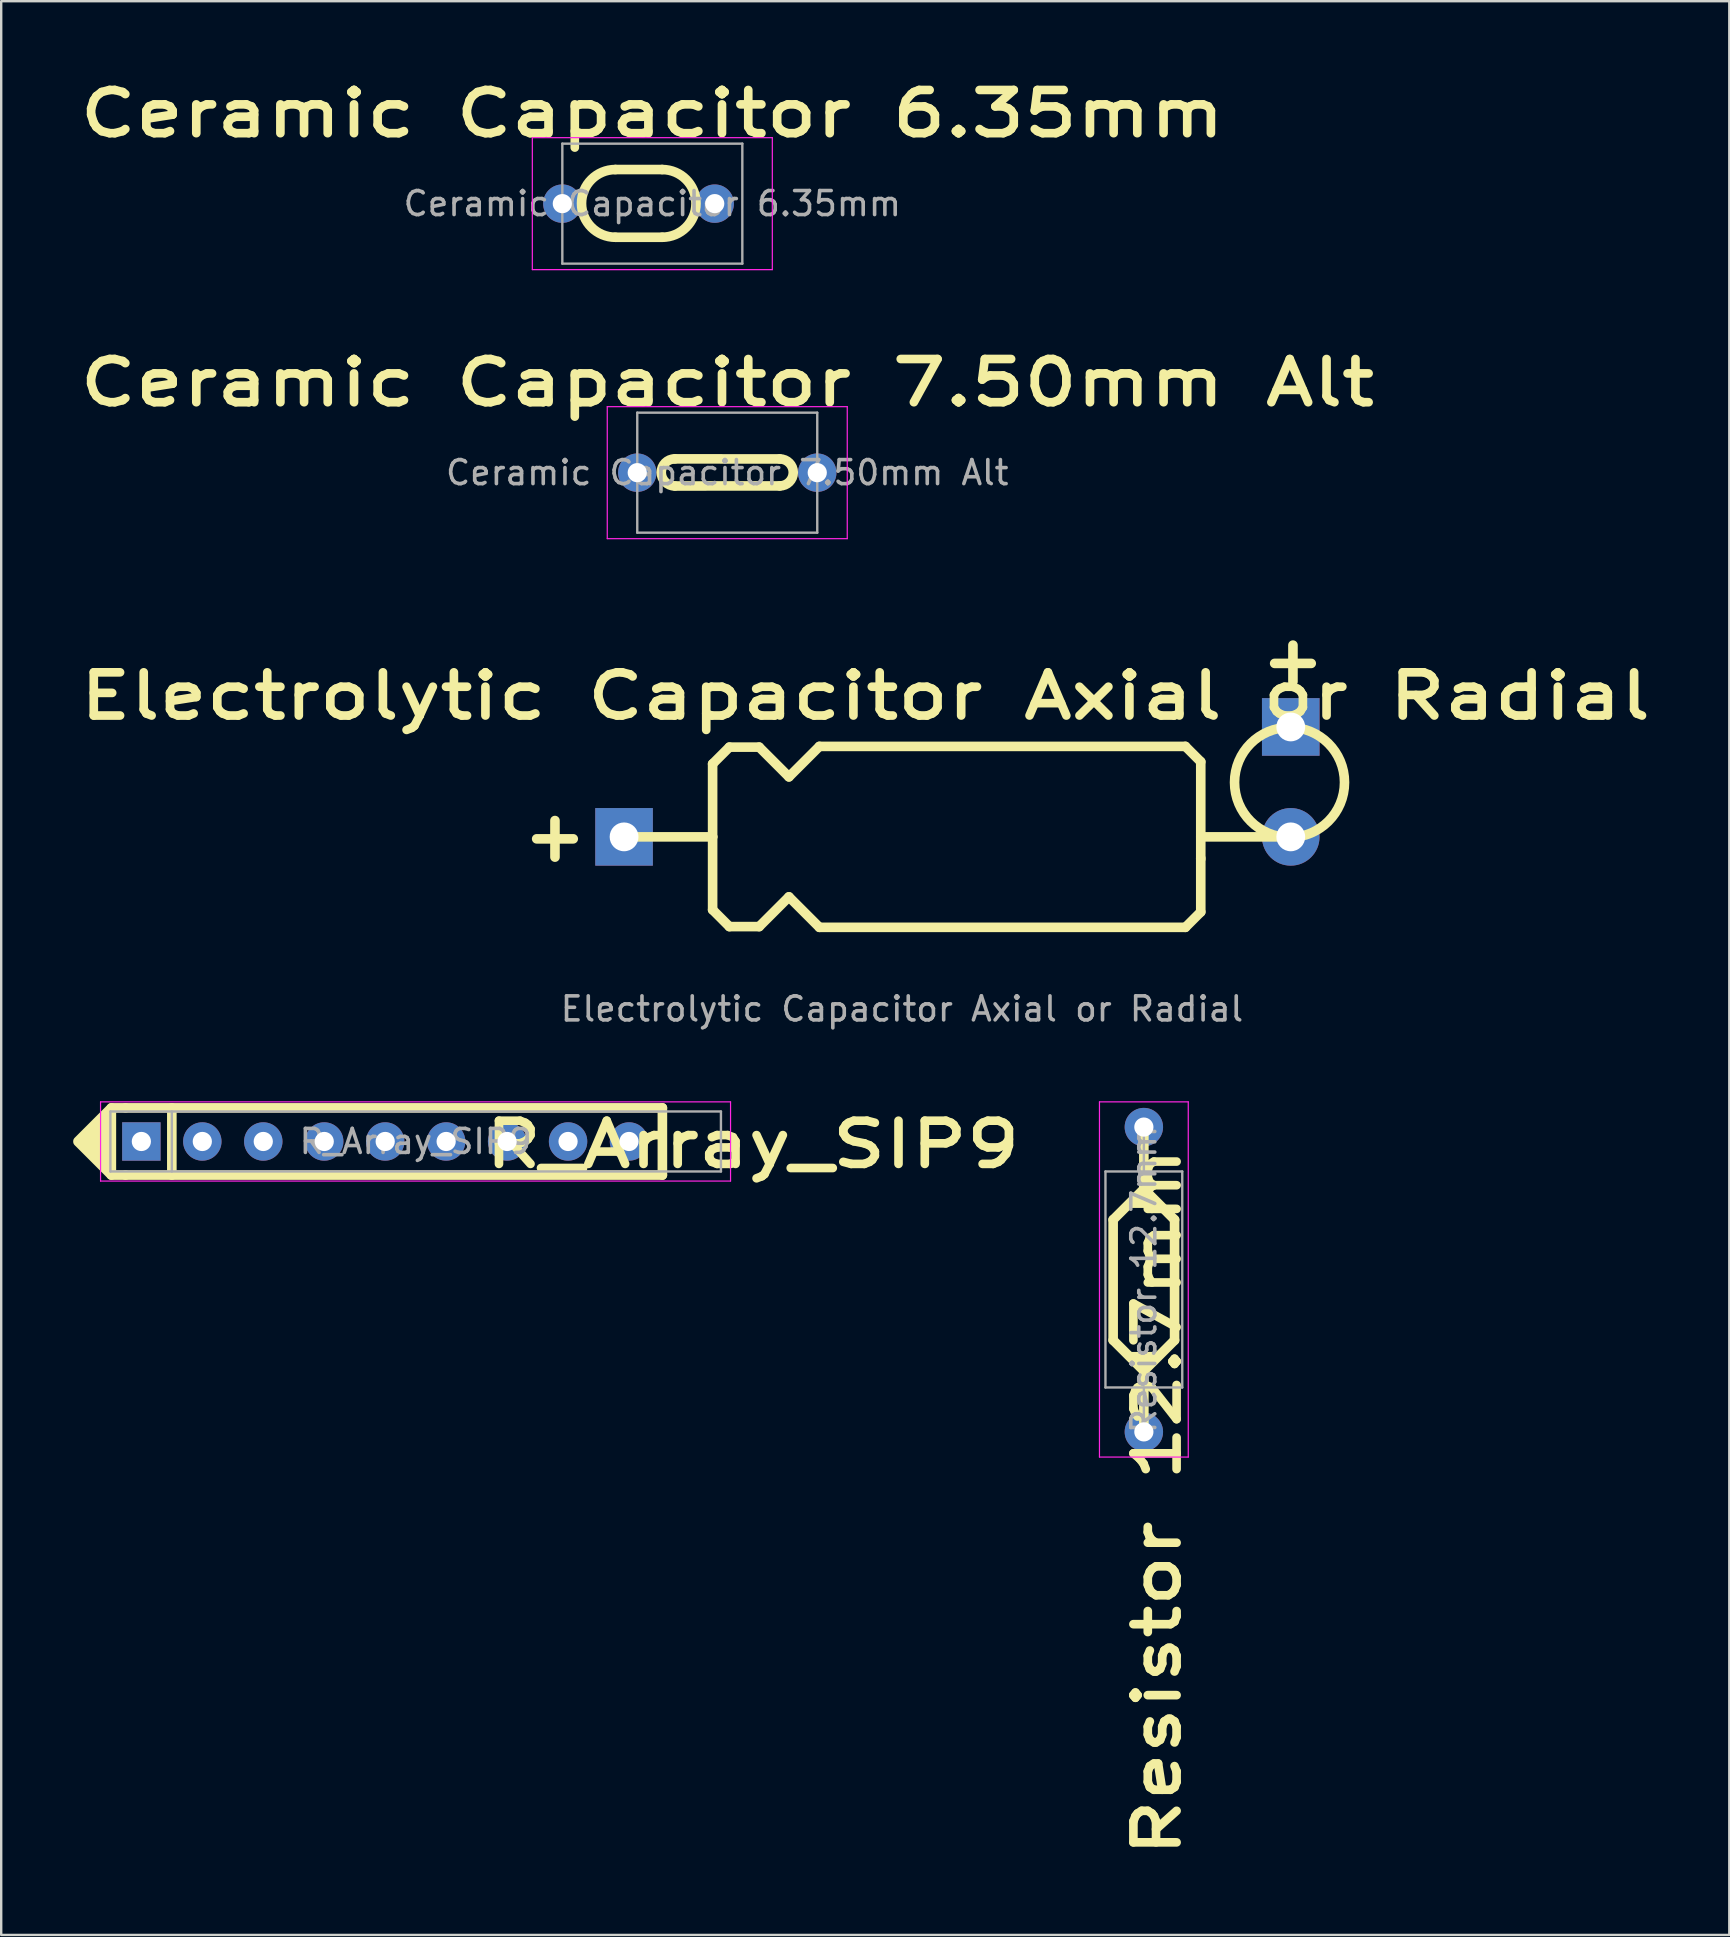
<source format=kicad_pcb>
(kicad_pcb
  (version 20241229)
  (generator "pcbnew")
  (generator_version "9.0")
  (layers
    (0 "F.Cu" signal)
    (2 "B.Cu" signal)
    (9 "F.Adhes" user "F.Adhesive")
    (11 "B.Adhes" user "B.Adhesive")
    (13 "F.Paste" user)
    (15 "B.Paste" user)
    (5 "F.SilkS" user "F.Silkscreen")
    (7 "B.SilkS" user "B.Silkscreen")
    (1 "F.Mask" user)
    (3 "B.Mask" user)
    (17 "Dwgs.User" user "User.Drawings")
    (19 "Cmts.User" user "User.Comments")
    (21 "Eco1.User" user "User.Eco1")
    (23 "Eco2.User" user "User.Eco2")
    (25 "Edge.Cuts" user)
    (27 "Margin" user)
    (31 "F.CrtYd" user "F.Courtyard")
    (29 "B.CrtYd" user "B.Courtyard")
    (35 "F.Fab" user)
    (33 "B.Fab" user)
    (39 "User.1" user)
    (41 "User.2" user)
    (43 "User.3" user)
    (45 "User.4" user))
  (footprint "Electrolytic Capacitor Axial or Radial"
    (layer "F.Cu")
    (at 22.883 31.9)
    (property "Reference" "Electrolytic Capacitor Axial or Radial" (at 10.12 -5.95 0) (layer "F.SilkS") (effects (font (size 1.8 2.3) (thickness 0.36) (bold yes))))
    (attr through_hole)
    (fp_line (start 0.127 -0.08) (end 3.76 -0.08) (stroke (width 0.4) (type default)) (layer "F.SilkS"))
    (fp_line (start 3.76 -3.12) (end 4.46 -3.82) (stroke (width 0.4) (type default)) (layer "F.SilkS"))
    (fp_line (start 3.76 -0.08) (end 3.76 -3.12) (stroke (width 0.4) (type default)) (layer "F.SilkS"))
    (fp_line (start 3.76 -0.08) (end 3.76 2.96) (stroke (width 0.4) (type default)) (layer "F.SilkS"))
    (fp_line (start 3.76 2.96) (end 4.46 3.66) (stroke (width 0.4) (type default)) (layer "F.SilkS"))
    (fp_line (start 4.46 -3.82) (end 5.7 -3.82) (stroke (width 0.4) (type default)) (layer "F.SilkS"))
    (fp_line (start 4.46 3.66) (end 5.7 3.66) (stroke (width 0.4) (type default)) (layer "F.SilkS"))
    (fp_line (start 5.7 -3.82) (end 6.94 -2.58) (stroke (width 0.4) (type default)) (layer "F.SilkS"))
    (fp_line (start 5.7 3.66) (end 6.94 2.42) (stroke (width 0.4) (type default)) (layer "F.SilkS"))
    (fp_line (start 6.94 -2.58) (end 8.21 -3.85) (stroke (width 0.4) (type default)) (layer "F.SilkS"))
    (fp_line (start 6.94 2.42) (end 8.21 3.69) (stroke (width 0.4) (type default)) (layer "F.SilkS"))
    (fp_line (start 8.21 -3.85) (end 23.46 -3.85) (stroke (width 0.4) (type default)) (layer "F.SilkS"))
    (fp_line (start 8.21 3.69) (end 23.46 3.69) (stroke (width 0.4) (type default)) (layer "F.SilkS"))
    (fp_line (start 23.46 -3.85) (end 24.1 -3.21) (stroke (width 0.4) (type default)) (layer "F.SilkS"))
    (fp_line (start 23.46 3.69) (end 24.1 3.05) (stroke (width 0.4) (type default)) (layer "F.SilkS"))
    (fp_line (start 24.1 -3.21) (end 24.1 0.84) (stroke (width 0.4) (type default)) (layer "F.SilkS"))
    (fp_line (start 24.1 3.05) (end 24.1 0.81) (stroke (width 0.4) (type default)) (layer "F.SilkS"))
    (fp_line (start 27.85 -0.08) (end 24.1 -0.08) (stroke (width 0.4) (type default)) (layer "F.SilkS"))
    (fp_circle (center 27.799 -2.35) (end 30.09 -2.35) (stroke (width 0.4) (type default)) (fill no) (layer "F.SilkS"))
    (fp_text user "+" (at -4.31 1.03 0) (unlocked yes) (layer "F.SilkS") (effects (font (size 2 2) (thickness 0.4) (bold yes)) (justify left bottom)))
    (fp_text user "+" (at 26.44 -6.28 0) (unlocked yes) (layer "F.SilkS") (effects (font (size 2 2) (thickness 0.4) (bold yes)) (justify left bottom)))
    (fp_text user "${REFERENCE}" (at 11.65 7.09 0) (layer "F.Fab") (effects (font (size 1 1) (thickness 0.15))))
    (pad "1" thru_hole rect (at 0.07 -0.08) (size 2.4 2.4) (drill 1.2) (layers "*.Cu" "*.Mask"))
    (pad "1" thru_hole rect (at 27.85 -4.66) (size 2.4 2.4) (drill 1.2) (layers "*.Cu" "*.Mask"))
    (pad "2" thru_hole oval (at 27.85 -0.08) (size 2.4 2.4) (drill 1.2) (layers "*.Cu" "*.Mask")))
  (footprint "R_Array_SIP9"
    (layer "F.Cu")
    (at 2.85 44.493)
    (property "Reference" "R_Array_SIP9" (at 25.46 0.14 0) (layer "F.SilkS") (effects (font (size 1.8 2.3) (thickness 0.36) (bold yes))))
    (attr through_hole)
    (fp_line (start -0.67 -1.38) (end -1.26 -1.38) (stroke (width 0.4) (type default)) (layer "F.SilkS"))
    (fp_line (start -0.67 1.42) (end -1.26 1.42) (stroke (width 0.4) (type default)) (layer "F.SilkS"))
    (fp_line (start -0.67 1.42) (end 21.7 1.42) (stroke (width 0.4) (type solid)) (layer "F.SilkS"))
    (fp_line (start 1.26 -1.38) (end 1.26 1.42) (stroke (width 0.4) (type solid)) (layer "F.SilkS"))
    (fp_line (start 21.7 -1.38) (end -0.67 -1.38) (stroke (width 0.4) (type solid)) (layer "F.SilkS"))
    (fp_line (start 21.7 1.42) (end 21.7 -1.38) (stroke (width 0.4) (type solid)) (layer "F.SilkS"))
    (fp_poly (pts (xy -1.26 -1.38) (xy -2.65 0.01) (xy -2.65 0.03) (xy -1.26 1.42)) (stroke (width 0.4) (type solid)) (fill yes) (layer "F.SilkS"))
    (fp_line (start -1.71 -1.63) (end -1.71 1.67) (stroke (width 0.05) (type solid)) (layer "F.CrtYd"))
    (fp_line (start -1.71 1.67) (end 24.54 1.67) (stroke (width 0.05) (type solid)) (layer "F.CrtYd"))
    (fp_line (start 24.54 -1.63) (end -1.71 -1.63) (stroke (width 0.05) (type solid)) (layer "F.CrtYd"))
    (fp_line (start 24.54 1.67) (end 24.54 -1.63) (stroke (width 0.05) (type solid)) (layer "F.CrtYd"))
    (fp_line (start -1.3 -1.23) (end -1.3 1.27) (stroke (width 0.1) (type solid)) (layer "F.Fab"))
    (fp_line (start -1.3 1.27) (end 24.14 1.27) (stroke (width 0.1) (type solid)) (layer "F.Fab"))
    (fp_line (start 1.26 -1.23) (end 1.26 1.27) (stroke (width 0.1) (type solid)) (layer "F.Fab"))
    (fp_line (start 24.14 -1.23) (end -1.3 -1.23) (stroke (width 0.1) (type solid)) (layer "F.Fab"))
    (fp_line (start 24.14 1.27) (end 24.14 -1.23) (stroke (width 0.1) (type solid)) (layer "F.Fab"))
    (fp_text user "${REFERENCE}" (at 11.42 0.02 0) (layer "F.Fab") (effects (font (size 1 1) (thickness 0.15))))
    (pad "1" thru_hole rect (at -0.01 0.02) (size 1.6 1.6) (drill 0.8) (layers "*.Cu" "*.Mask"))
    (pad "2" thru_hole oval (at 2.53 0.02) (size 1.6 1.6) (drill 0.8) (layers "*.Cu" "*.Mask"))
    (pad "3" thru_hole oval (at 5.07 0.02) (size 1.6 1.6) (drill 0.8) (layers "*.Cu" "*.Mask"))
    (pad "4" thru_hole oval (at 7.61 0.02) (size 1.6 1.6) (drill 0.8) (layers "*.Cu" "*.Mask"))
    (pad "5" thru_hole oval (at 10.15 0.02) (size 1.6 1.6) (drill 0.8) (layers "*.Cu" "*.Mask"))
    (pad "6" thru_hole oval (at 12.69 0.02) (size 1.6 1.6) (drill 0.8) (layers "*.Cu" "*.Mask"))
    (pad "7" thru_hole oval (at 15.23 0.02) (size 1.6 1.6) (drill 0.8) (layers "*.Cu" "*.Mask"))
    (pad "8" thru_hole oval (at 17.77 0.02) (size 1.6 1.6) (drill 0.8) (layers "*.Cu" "*.Mask"))
    (pad "9" thru_hole oval (at 20.31 0.02) (size 1.6 1.6) (drill 0.8) (layers "*.Cu" "*.Mask")))
  (footprint "Resistor 12.7mm"
    (layer "F.Cu")
    (at 44.702 56.713)
    (property "Reference" "Resistor 12.7mm" (at 0.46 2.82 90) (layer "F.SilkS") (effects (font (size 1.8 2.3) (thickness 0.36) (bold yes))))
    (attr through_hole)
    (fp_line (start -1.37 -3.92) (end -1.37 -8.94) (stroke (width 0.4) (type default)) (layer "F.SilkS"))
    (fp_line (start -0.09 -12.76) (end -0.09 -10.22) (stroke (width 0.4) (type default)) (layer "F.SilkS"))
    (fp_line (start -0.09 -10.22) (end -1.37 -8.94) (stroke (width 0.4) (type default)) (layer "F.SilkS"))
    (fp_line (start -0.09 -10.22) (end 1.19 -8.94) (stroke (width 0.4) (type default)) (layer "F.SilkS"))
    (fp_line (start -0.09 -2.64) (end -1.37 -3.92) (stroke (width 0.4) (type default)) (layer "F.SilkS"))
    (fp_line (start -0.09 -2.64) (end 1.19 -3.92) (stroke (width 0.4) (type default)) (layer "F.SilkS"))
    (fp_line (start -0.09 -1.14) (end -0.09 -1.83) (stroke (width 0.12) (type solid)) (layer "F.SilkS"))
    (fp_line (start -0.09 -0.1) (end -0.09 -2.64) (stroke (width 0.4) (type default)) (layer "F.SilkS"))
    (fp_line (start 1.19 -3.92) (end 1.19 -8.94) (stroke (width 0.4) (type default)) (layer "F.SilkS"))
    (fp_poly (pts (xy -0.09 -10.22) (xy 0.55 -9.58) (xy -0.73 -9.58)) (stroke (width 0.3) (type solid)) (fill yes) (layer "F.SilkS"))
    (fp_poly (pts (xy -0.09 -2.64) (xy -0.73 -3.28) (xy 0.55 -3.28)) (stroke (width 0.3) (type solid)) (fill yes) (layer "F.SilkS"))
    (fp_line (start -1.94 -13.85) (end -1.94 0.95) (stroke (width 0.05) (type solid)) (layer "F.CrtYd"))
    (fp_line (start -1.94 0.95) (end 1.76 0.95) (stroke (width 0.05) (type solid)) (layer "F.CrtYd"))
    (fp_line (start 1.76 -13.85) (end -1.94 -13.85) (stroke (width 0.05) (type solid)) (layer "F.CrtYd"))
    (fp_line (start 1.76 0.95) (end 1.76 -13.85) (stroke (width 0.05) (type solid)) (layer "F.CrtYd"))
    (fp_line (start -1.69 -10.95) (end -1.69 -1.95) (stroke (width 0.1) (type solid)) (layer "F.Fab"))
    (fp_line (start -1.69 -1.95) (end 1.51 -1.95) (stroke (width 0.1) (type solid)) (layer "F.Fab"))
    (fp_line (start -0.09 -12.8) (end -0.09 -10.95) (stroke (width 0.1) (type solid)) (layer "F.Fab"))
    (fp_line (start -0.09 -0.1) (end -0.09 -1.95) (stroke (width 0.1) (type solid)) (layer "F.Fab"))
    (fp_line (start 1.51 -10.95) (end -1.69 -10.95) (stroke (width 0.1) (type solid)) (layer "F.Fab"))
    (fp_line (start 1.51 -1.95) (end 1.51 -10.95) (stroke (width 0.1) (type solid)) (layer "F.Fab"))
    (fp_text user "${REFERENCE}" (at -0.09 -6.45 90) (layer "F.Fab") (effects (font (size 1 1) (thickness 0.15))))
    (pad "1" thru_hole circle (at -0.09 -0.1 90) (size 1.6 1.6) (drill 0.8) (layers "*.Cu" "*.Mask"))
    (pad "2" thru_hole oval (at -0.09 -12.8 90) (size 1.6 1.6) (drill 0.8) (layers "*.Cu" "*.Mask")))
  (footprint "Ceramic Capacitor 7.50mm Alt"
    (layer "F.Cu")
    (at 23.493 16.645)
    (property "Reference" "Ceramic Capacitor 7.50mm Alt" (at 3.76 -3.75 0) (layer "F.SilkS") (effects (font (size 1.8 2.3) (thickness 0.36) (bold yes))))
    (attr through_hole)
    (fp_line (start 5.949 -0.572) (end 1.575 -0.575) (stroke (width 0.4) (type default)) (layer "F.SilkS"))
    (fp_line (start 5.949 0.552) (end 1.575 0.555) (stroke (width 0.4) (type default)) (layer "F.SilkS"))
    (fp_arc (start 1.57492 0.55492) (mid 1.01 -0.01) (end 1.57492 -0.57492) (stroke (width 0.4) (type default)) (layer "F.SilkS"))
    (fp_arc (start 5.948998 -0.571877) (mid 6.510875 -0.01) (end 5.948998 0.551877) (stroke (width 0.4) (type default)) (layer "F.SilkS"))
    (fp_line (start -1.24 -2.75) (end -1.24 2.75) (stroke (width 0.05) (type solid)) (layer "F.CrtYd"))
    (fp_line (start -1.24 2.75) (end 8.76 2.75) (stroke (width 0.05) (type solid)) (layer "F.CrtYd"))
    (fp_line (start 8.76 -2.75) (end -1.24 -2.75) (stroke (width 0.05) (type solid)) (layer "F.CrtYd"))
    (fp_line (start 8.76 2.75) (end 8.76 -2.75) (stroke (width 0.05) (type solid)) (layer "F.CrtYd"))
    (fp_line (start 0.01 -2.5) (end 0.01 2.5) (stroke (width 0.1) (type solid)) (layer "F.Fab"))
    (fp_line (start 0.01 2.5) (end 7.51 2.5) (stroke (width 0.1) (type solid)) (layer "F.Fab"))
    (fp_line (start 7.51 -2.5) (end 0.01 -2.5) (stroke (width 0.1) (type solid)) (layer "F.Fab"))
    (fp_line (start 7.51 2.5) (end 7.51 -2.5) (stroke (width 0.1) (type solid)) (layer "F.Fab"))
    (fp_text user "${REFERENCE}" (at 3.76 0 0) (layer "F.Fab") (effects (font (size 1 1) (thickness 0.15))))
    (pad "1" thru_hole circle (at 0.01 0) (size 1.6 1.6) (drill 0.8) (layers "*.Cu" "*.Mask"))
    (pad "2" thru_hole circle (at 7.51 0) (size 1.6 1.6) (drill 0.8) (layers "*.Cu" "*.Mask")))
  (footprint "Ceramic Capacitor 6.35mm"
    (layer "F.Cu")
    (at 20.371 5.435)
    (property "Reference" "Ceramic Capacitor 6.35mm" (at 3.76 -3.75 180) (layer "F.SilkS") (effects (font (size 1.8 2.3) (thickness 0.36) (bold yes))))
    (attr through_hole)
    (fp_line (start 4.169 -1.421) (end 2.221 -1.421) (stroke (width 0.4) (type default)) (layer "F.SilkS"))
    (fp_line (start 4.169 1.401) (end 2.22 1.401) (stroke (width 0.4) (type default)) (layer "F.SilkS"))
    (fp_arc (start 2.220567 1.400567) (mid 0.81 -0.01) (end 2.220567 -1.420567) (stroke (width 0.4) (type default)) (layer "F.SilkS"))
    (fp_arc (start 4.169433 -1.420567) (mid 5.58 -0.01) (end 4.169433 1.400567) (stroke (width 0.4) (type default)) (layer "F.SilkS"))
    (fp_line (start -1.24 -2.75) (end -1.24 2.75) (stroke (width 0.05) (type solid)) (layer "F.CrtYd"))
    (fp_line (start -1.24 2.75) (end 8.76 2.75) (stroke (width 0.05) (type solid)) (layer "F.CrtYd"))
    (fp_line (start 8.76 -2.75) (end -1.24 -2.75) (stroke (width 0.05) (type solid)) (layer "F.CrtYd"))
    (fp_line (start 8.76 2.75) (end 8.76 -2.75) (stroke (width 0.05) (type solid)) (layer "F.CrtYd"))
    (fp_line (start 0.01 -2.5) (end 0.01 2.5) (stroke (width 0.1) (type solid)) (layer "F.Fab"))
    (fp_line (start 0.01 2.5) (end 7.51 2.5) (stroke (width 0.1) (type solid)) (layer "F.Fab"))
    (fp_line (start 7.51 -2.5) (end 0.01 -2.5) (stroke (width 0.1) (type solid)) (layer "F.Fab"))
    (fp_line (start 7.51 2.5) (end 7.51 -2.5) (stroke (width 0.1) (type solid)) (layer "F.Fab"))
    (fp_text user "${REFERENCE}" (at 3.76 0 180) (layer "F.Fab") (effects (font (size 1 1) (thickness 0.15))))
    (pad "1" thru_hole circle (at 0.01 0) (size 1.6 1.6) (drill 0.8) (layers "*.Cu" "*.Mask"))
    (pad "2" thru_hole circle (at 6.36 0) (size 1.6 1.6) (drill 0.8) (layers "*.Cu" "*.Mask")))
  (gr_rect
    (start -3 -3)
    (end 69.006 77.574)
    (stroke (width 0.1) (type default))
    (fill no)
    (layer "Edge.Cuts")))
</source>
